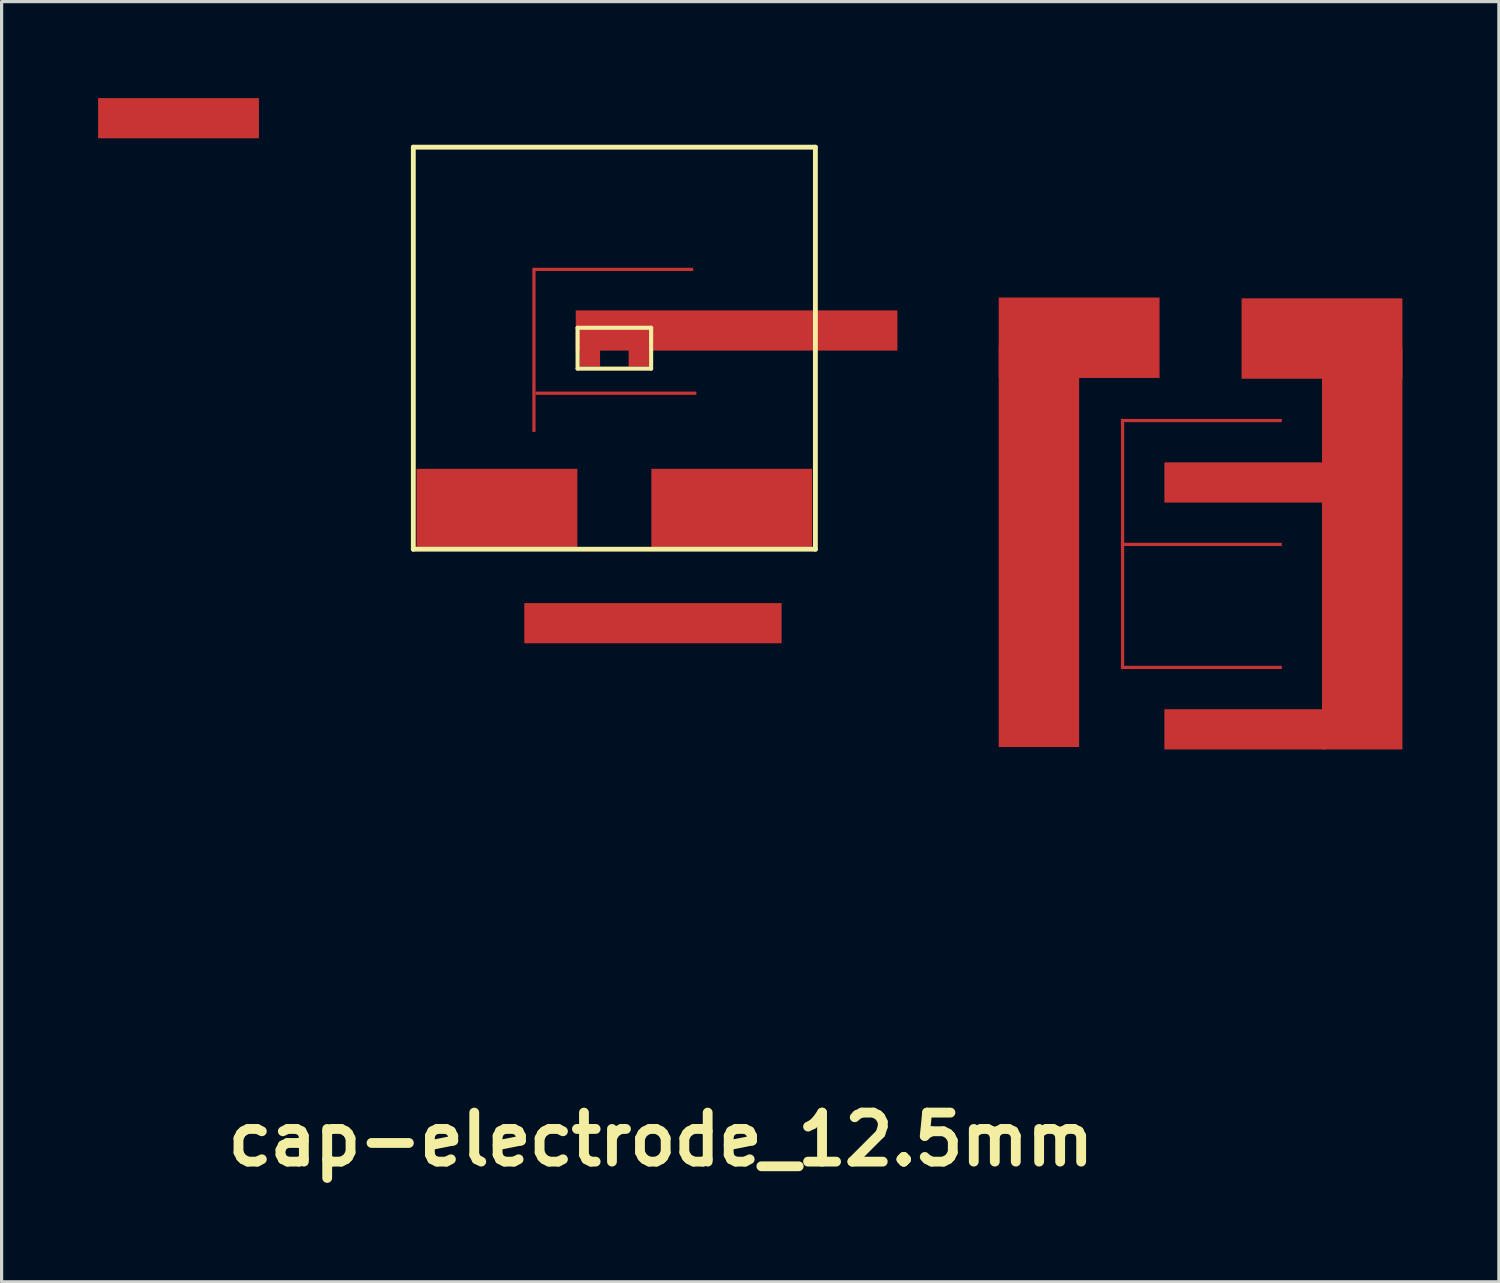
<source format=kicad_pcb>
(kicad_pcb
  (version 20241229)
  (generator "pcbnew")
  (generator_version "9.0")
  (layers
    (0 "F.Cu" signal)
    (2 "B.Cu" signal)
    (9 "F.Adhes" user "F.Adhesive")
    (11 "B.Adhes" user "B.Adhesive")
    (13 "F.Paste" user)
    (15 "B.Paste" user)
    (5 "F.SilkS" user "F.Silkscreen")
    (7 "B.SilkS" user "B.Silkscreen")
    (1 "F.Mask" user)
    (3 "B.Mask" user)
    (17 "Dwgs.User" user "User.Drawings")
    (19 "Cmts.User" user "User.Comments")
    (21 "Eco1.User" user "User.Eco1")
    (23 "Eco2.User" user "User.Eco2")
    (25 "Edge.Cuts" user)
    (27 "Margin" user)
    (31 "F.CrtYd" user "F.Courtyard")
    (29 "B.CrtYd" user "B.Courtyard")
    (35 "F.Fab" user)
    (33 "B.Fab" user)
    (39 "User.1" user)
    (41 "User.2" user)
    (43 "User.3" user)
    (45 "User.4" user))
  (footprint "cap-electrode_12.5mm"
    (layer "F.Cu")
    (at 16.05 7.775)
    (property "Reference" "cap-electrode_12.5mm" (at 1.45 24.6 0) (layer "F.SilkS") (effects (font (size 1.524 1.524) (thickness 0.305))))
    (attr through_hole)
    (fp_line (start -6.25 -6.25) (end -6.25 6.25) (stroke (width 0.15) (type solid)) (layer "F.SilkS"))
    (fp_line (start -6.25 -6.25) (end 6.25 -6.25) (stroke (width 0.15) (type solid)) (layer "F.SilkS"))
    (fp_line (start -6.25 6.25) (end 6.25 6.25) (stroke (width 0.15) (type solid)) (layer "F.SilkS"))
    (fp_line (start -1.143 -0.635) (end 1.143 -0.635) (stroke (width 0.127) (type solid)) (layer "F.SilkS"))
    (fp_line (start -1.143 0.635) (end -1.143 -0.635) (stroke (width 0.127) (type solid)) (layer "F.SilkS"))
    (fp_line (start 1.143 -0.635) (end 1.143 0.635) (stroke (width 0.127) (type solid)) (layer "F.SilkS"))
    (fp_line (start 1.143 0.635) (end -1.143 0.635) (stroke (width 0.127) (type solid)) (layer "F.SilkS"))
    (fp_line (start 6.25 -6.25) (end 6.25 6.25) (stroke (width 0.15) (type solid)) (layer "F.SilkS"))
    (pad "1" smd rect (at -0.762 0) (size 0.635 1.143) (layers "F.Cu" "F.Mask" "F.Paste"))
    (pad "1" smd rect (at 13.2 6.15 90) (size 12.5 2.5) (layers "F.Cu" "F.Mask" "F.Paste"))
    (pad "1" smd rect (at 14.45 -0.325) (size 5 2.5) (layers "F.Cu" "F.Mask" "F.Paste"))
    (pad "1" smd rect (at 22 -0.3) (size 5 2.5) (layers "F.Cu" "F.Mask" "F.Paste"))
    (pad "1" smd rect (at 23.25 6.225 90) (size 12.5 2.5) (layers "F.Cu" "F.Mask" "F.Paste"))
    (pad "2" smd rect (at -13.55 -7.15) (size 5 1.25) (layers "F.Cu" "F.Mask" "F.Paste"))
    (pad "2" smd rect (at -0.05 -2.45) (size 5 0.1) (layers "F.Cu" "F.Mask" "F.Paste"))
    (pad "2" smd rect (at 0.05 1.4) (size 5 0.1) (layers "F.Cu" "F.Mask" "F.Paste"))
    (pad "2" smd rect (at 0.762 0) (size 0.635 1.143) (layers "F.Cu" "F.Mask" "F.Paste"))
    (pad "2" smd rect (at 3.8 -0.55) (size 10 1.25) (layers "F.Cu" "F.Mask" "F.Paste"))
    (pad "2" smd rect (at 18.25 2.25) (size 5 0.1) (layers "F.Cu" "F.Mask" "F.Paste"))
    (pad "2" smd rect (at 18.25 6.1) (size 5 0.1) (layers "F.Cu" "F.Mask" "F.Paste"))
    (pad "2" smd rect (at 18.25 9.925) (size 5 0.1) (layers "F.Cu" "F.Mask" "F.Paste"))
    (pad "2" smd rect (at 19.6 4.175) (size 5 1.25) (layers "F.Cu" "F.Mask" "F.Paste"))
    (pad "2" smd rect (at 19.6 11.85) (size 5 1.25) (layers "F.Cu" "F.Mask" "F.Paste"))
    (pad "3" smd rect (at -3.65 5) (size 5 2.5) (layers "F.Cu" "F.Mask" "F.Paste"))
    (pad "4" smd rect (at -2.5 0.1 90) (size 5 0.1) (layers "F.Cu" "F.Mask" "F.Paste"))
    (pad "4" smd rect (at 3.65 5) (size 5 2.5) (layers "F.Cu" "F.Mask" "F.Paste"))
    (pad "4" smd rect (at 15.8 4.175 90) (size 3.95 0.1) (layers "F.Cu" "F.Mask" "F.Paste"))
    (pad "4" smd rect (at 15.8 8 90) (size 3.95 0.1) (layers "F.Cu" "F.Mask" "F.Paste"))
    (pad "5" smd rect (at 1.2 8.55) (size 8 1.25) (layers "F.Cu" "F.Mask" "F.Paste")))
  (gr_rect
    (start -3 -3)
    (end 43.55 36.801)
    (stroke (width 0.1) (type default))
    (fill no)
    (layer "Edge.Cuts")))
</source>
